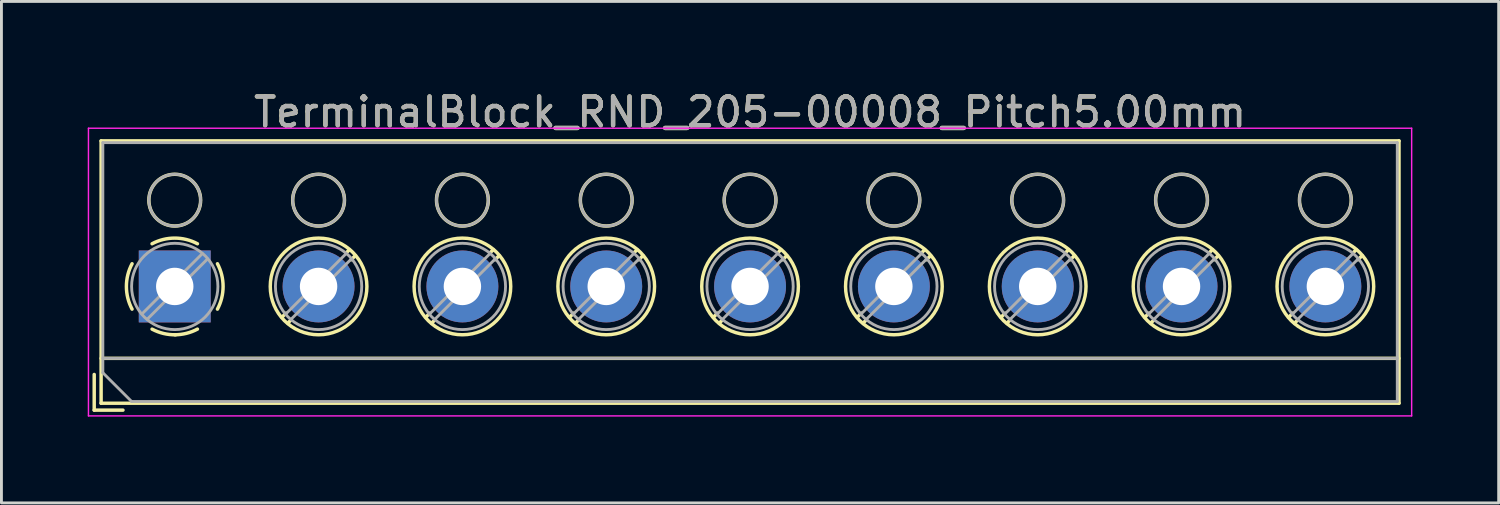
<source format=kicad_pcb>
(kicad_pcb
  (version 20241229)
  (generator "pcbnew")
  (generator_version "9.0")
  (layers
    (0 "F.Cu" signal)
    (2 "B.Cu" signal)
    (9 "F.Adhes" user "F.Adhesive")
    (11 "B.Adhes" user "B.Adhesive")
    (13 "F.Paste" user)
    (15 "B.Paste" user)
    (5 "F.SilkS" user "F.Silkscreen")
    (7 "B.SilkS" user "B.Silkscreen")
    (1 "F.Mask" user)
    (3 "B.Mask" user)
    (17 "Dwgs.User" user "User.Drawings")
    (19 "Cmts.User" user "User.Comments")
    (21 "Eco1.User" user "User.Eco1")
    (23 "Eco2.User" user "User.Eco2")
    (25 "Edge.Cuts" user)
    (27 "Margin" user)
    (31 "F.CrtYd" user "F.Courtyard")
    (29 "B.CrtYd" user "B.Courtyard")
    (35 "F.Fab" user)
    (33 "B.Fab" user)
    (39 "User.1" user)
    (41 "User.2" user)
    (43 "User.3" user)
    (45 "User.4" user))
  (footprint "TerminalBlock_RND_205-00008_Pitch5.00mm"
    (layer "F.Cu")
    (at 3.025 6.908)
    (property "Reference" "TerminalBlock_RND_205-00008_Pitch5.00mm" (at 20 -6.06 0) (layer "F.SilkS") (effects (font (size 1 1) (thickness 0.15))))
    (attr through_hole)
    (fp_line (start -2.8 3.06) (end -2.8 4.3) (stroke (width 0.12) (type solid)) (layer "F.SilkS"))
    (fp_line (start -2.8 4.3) (end -1.8 4.3) (stroke (width 0.12) (type solid)) (layer "F.SilkS"))
    (fp_line (start -2.56 -5.06) (end -2.56 4.06) (stroke (width 0.12) (type solid)) (layer "F.SilkS"))
    (fp_line (start -2.56 2.5) (end 42.56 2.5) (stroke (width 0.12) (type solid)) (layer "F.SilkS"))
    (fp_line (start -2.56 4.06) (end 42.56 4.06) (stroke (width 0.12) (type solid)) (layer "F.SilkS"))
    (fp_line (start 3.867 0.929) (end 3.726 1.069) (stroke (width 0.12) (type solid)) (layer "F.SilkS"))
    (fp_line (start 4.037 1.169) (end 3.931 1.274) (stroke (width 0.12) (type solid)) (layer "F.SilkS"))
    (fp_line (start 6.07 -1.275) (end 5.964 -1.169) (stroke (width 0.12) (type solid)) (layer "F.SilkS"))
    (fp_line (start 6.275 -1.069) (end 6.134 -0.929) (stroke (width 0.12) (type solid)) (layer "F.SilkS"))
    (fp_line (start 8.867 0.929) (end 8.726 1.069) (stroke (width 0.12) (type solid)) (layer "F.SilkS"))
    (fp_line (start 9.037 1.169) (end 8.931 1.274) (stroke (width 0.12) (type solid)) (layer "F.SilkS"))
    (fp_line (start 11.07 -1.275) (end 10.964 -1.169) (stroke (width 0.12) (type solid)) (layer "F.SilkS"))
    (fp_line (start 11.275 -1.069) (end 11.134 -0.929) (stroke (width 0.12) (type solid)) (layer "F.SilkS"))
    (fp_line (start 13.867 0.929) (end 13.726 1.069) (stroke (width 0.12) (type solid)) (layer "F.SilkS"))
    (fp_line (start 14.037 1.169) (end 13.931 1.274) (stroke (width 0.12) (type solid)) (layer "F.SilkS"))
    (fp_line (start 16.07 -1.275) (end 15.964 -1.169) (stroke (width 0.12) (type solid)) (layer "F.SilkS"))
    (fp_line (start 16.275 -1.069) (end 16.134 -0.929) (stroke (width 0.12) (type solid)) (layer "F.SilkS"))
    (fp_line (start 18.867 0.929) (end 18.726 1.069) (stroke (width 0.12) (type solid)) (layer "F.SilkS"))
    (fp_line (start 19.037 1.169) (end 18.931 1.274) (stroke (width 0.12) (type solid)) (layer "F.SilkS"))
    (fp_line (start 21.07 -1.275) (end 20.964 -1.169) (stroke (width 0.12) (type solid)) (layer "F.SilkS"))
    (fp_line (start 21.275 -1.069) (end 21.134 -0.929) (stroke (width 0.12) (type solid)) (layer "F.SilkS"))
    (fp_line (start 23.867 0.929) (end 23.726 1.069) (stroke (width 0.12) (type solid)) (layer "F.SilkS"))
    (fp_line (start 24.037 1.169) (end 23.931 1.274) (stroke (width 0.12) (type solid)) (layer "F.SilkS"))
    (fp_line (start 26.07 -1.275) (end 25.964 -1.169) (stroke (width 0.12) (type solid)) (layer "F.SilkS"))
    (fp_line (start 26.275 -1.069) (end 26.134 -0.929) (stroke (width 0.12) (type solid)) (layer "F.SilkS"))
    (fp_line (start 28.867 0.929) (end 28.726 1.069) (stroke (width 0.12) (type solid)) (layer "F.SilkS"))
    (fp_line (start 29.037 1.169) (end 28.931 1.274) (stroke (width 0.12) (type solid)) (layer "F.SilkS"))
    (fp_line (start 31.07 -1.275) (end 30.964 -1.169) (stroke (width 0.12) (type solid)) (layer "F.SilkS"))
    (fp_line (start 31.275 -1.069) (end 31.134 -0.929) (stroke (width 0.12) (type solid)) (layer "F.SilkS"))
    (fp_line (start 33.867 0.929) (end 33.726 1.069) (stroke (width 0.12) (type solid)) (layer "F.SilkS"))
    (fp_line (start 34.037 1.169) (end 33.931 1.274) (stroke (width 0.12) (type solid)) (layer "F.SilkS"))
    (fp_line (start 36.07 -1.275) (end 35.964 -1.169) (stroke (width 0.12) (type solid)) (layer "F.SilkS"))
    (fp_line (start 36.275 -1.069) (end 36.134 -0.929) (stroke (width 0.12) (type solid)) (layer "F.SilkS"))
    (fp_line (start 38.867 0.929) (end 38.726 1.069) (stroke (width 0.12) (type solid)) (layer "F.SilkS"))
    (fp_line (start 39.037 1.169) (end 38.931 1.274) (stroke (width 0.12) (type solid)) (layer "F.SilkS"))
    (fp_line (start 41.07 -1.275) (end 40.964 -1.169) (stroke (width 0.12) (type solid)) (layer "F.SilkS"))
    (fp_line (start 41.275 -1.069) (end 41.134 -0.929) (stroke (width 0.12) (type solid)) (layer "F.SilkS"))
    (fp_line (start 42.56 -5.06) (end -2.56 -5.06) (stroke (width 0.12) (type solid)) (layer "F.SilkS"))
    (fp_line (start 42.56 4.06) (end 42.56 -5.06) (stroke (width 0.12) (type solid)) (layer "F.SilkS"))
    (fp_arc (start -1.483953 0.789089) (mid -1.680708 0.00005) (end -1.484 -0.789) (stroke (width 0.12) (type solid)) (layer "F.SilkS"))
    (fp_arc (start -0.789089 -1.483953) (mid -0.00005 -1.680708) (end 0.789 -1.484) (stroke (width 0.12) (type solid)) (layer "F.SilkS"))
    (fp_arc (start 0.029383 1.68045) (mid -0.392304 1.634281) (end -0.789 1.484) (stroke (width 0.12) (type solid)) (layer "F.SilkS"))
    (fp_arc (start 0.788712 1.483352) (mid 0.406429 1.630097) (end 0 1.68) (stroke (width 0.12) (type solid)) (layer "F.SilkS"))
    (fp_arc (start 1.483953 -0.789089) (mid 1.680708 -0.00005) (end 1.484 0.789) (stroke (width 0.12) (type solid)) (layer "F.SilkS"))
    (fp_circle (center 0 -3) (end 0.9 -3) (stroke (width 0.12) (type solid)) (fill no) (layer "F.SilkS"))
    (fp_circle (center 5 -3) (end 5.9 -3) (stroke (width 0.12) (type solid)) (fill no) (layer "F.SilkS"))
    (fp_circle (center 5 0) (end 6.68 0) (stroke (width 0.12) (type solid)) (fill no) (layer "F.SilkS"))
    (fp_circle (center 10 -3) (end 10.9 -3) (stroke (width 0.12) (type solid)) (fill no) (layer "F.SilkS"))
    (fp_circle (center 10 0) (end 11.68 0) (stroke (width 0.12) (type solid)) (fill no) (layer "F.SilkS"))
    (fp_circle (center 15 -3) (end 15.9 -3) (stroke (width 0.12) (type solid)) (fill no) (layer "F.SilkS"))
    (fp_circle (center 15 0) (end 16.68 0) (stroke (width 0.12) (type solid)) (fill no) (layer "F.SilkS"))
    (fp_circle (center 20 -3) (end 20.9 -3) (stroke (width 0.12) (type solid)) (fill no) (layer "F.SilkS"))
    (fp_circle (center 20 0) (end 21.68 0) (stroke (width 0.12) (type solid)) (fill no) (layer "F.SilkS"))
    (fp_circle (center 25 -3) (end 25.9 -3) (stroke (width 0.12) (type solid)) (fill no) (layer "F.SilkS"))
    (fp_circle (center 25 0) (end 26.68 0) (stroke (width 0.12) (type solid)) (fill no) (layer "F.SilkS"))
    (fp_circle (center 30 -3) (end 30.9 -3) (stroke (width 0.12) (type solid)) (fill no) (layer "F.SilkS"))
    (fp_circle (center 30 0) (end 31.68 0) (stroke (width 0.12) (type solid)) (fill no) (layer "F.SilkS"))
    (fp_circle (center 35 -3) (end 35.9 -3) (stroke (width 0.12) (type solid)) (fill no) (layer "F.SilkS"))
    (fp_circle (center 35 0) (end 36.68 0) (stroke (width 0.12) (type solid)) (fill no) (layer "F.SilkS"))
    (fp_circle (center 40 -3) (end 40.9 -3) (stroke (width 0.12) (type solid)) (fill no) (layer "F.SilkS"))
    (fp_circle (center 40 0) (end 41.68 0) (stroke (width 0.12) (type solid)) (fill no) (layer "F.SilkS"))
    (fp_line (start -3 -5.5) (end -3 4.5) (stroke (width 0.05) (type solid)) (layer "F.CrtYd"))
    (fp_line (start -3 4.5) (end 43 4.5) (stroke (width 0.05) (type solid)) (layer "F.CrtYd"))
    (fp_line (start 43 -5.5) (end -3 -5.5) (stroke (width 0.05) (type solid)) (layer "F.CrtYd"))
    (fp_line (start 43 4.5) (end 43 -5.5) (stroke (width 0.05) (type solid)) (layer "F.CrtYd"))
    (fp_line (start -2.5 -5) (end 42.5 -5) (stroke (width 0.1) (type solid)) (layer "F.Fab"))
    (fp_line (start -2.5 2.5) (end 42.5 2.5) (stroke (width 0.1) (type solid)) (layer "F.Fab"))
    (fp_line (start -2.5 3) (end -2.5 -5) (stroke (width 0.1) (type solid)) (layer "F.Fab"))
    (fp_line (start -1.5 4) (end -2.5 3) (stroke (width 0.1) (type solid)) (layer "F.Fab"))
    (fp_line (start 0.955 -1.138) (end -1.138 0.955) (stroke (width 0.1) (type solid)) (layer "F.Fab"))
    (fp_line (start 1.138 -0.955) (end -0.955 1.138) (stroke (width 0.1) (type solid)) (layer "F.Fab"))
    (fp_line (start 5.955 -1.138) (end 3.863 0.955) (stroke (width 0.1) (type solid)) (layer "F.Fab"))
    (fp_line (start 6.138 -0.955) (end 4.046 1.138) (stroke (width 0.1) (type solid)) (layer "F.Fab"))
    (fp_line (start 10.955 -1.138) (end 8.863 0.955) (stroke (width 0.1) (type solid)) (layer "F.Fab"))
    (fp_line (start 11.138 -0.955) (end 9.046 1.138) (stroke (width 0.1) (type solid)) (layer "F.Fab"))
    (fp_line (start 15.955 -1.138) (end 13.863 0.955) (stroke (width 0.1) (type solid)) (layer "F.Fab"))
    (fp_line (start 16.138 -0.955) (end 14.046 1.138) (stroke (width 0.1) (type solid)) (layer "F.Fab"))
    (fp_line (start 20.955 -1.138) (end 18.863 0.955) (stroke (width 0.1) (type solid)) (layer "F.Fab"))
    (fp_line (start 21.138 -0.955) (end 19.046 1.138) (stroke (width 0.1) (type solid)) (layer "F.Fab"))
    (fp_line (start 25.955 -1.138) (end 23.863 0.955) (stroke (width 0.1) (type solid)) (layer "F.Fab"))
    (fp_line (start 26.138 -0.955) (end 24.046 1.138) (stroke (width 0.1) (type solid)) (layer "F.Fab"))
    (fp_line (start 30.955 -1.138) (end 28.863 0.955) (stroke (width 0.1) (type solid)) (layer "F.Fab"))
    (fp_line (start 31.138 -0.955) (end 29.046 1.138) (stroke (width 0.1) (type solid)) (layer "F.Fab"))
    (fp_line (start 35.955 -1.138) (end 33.863 0.955) (stroke (width 0.1) (type solid)) (layer "F.Fab"))
    (fp_line (start 36.138 -0.955) (end 34.046 1.138) (stroke (width 0.1) (type solid)) (layer "F.Fab"))
    (fp_line (start 40.955 -1.138) (end 38.863 0.955) (stroke (width 0.1) (type solid)) (layer "F.Fab"))
    (fp_line (start 41.138 -0.955) (end 39.046 1.138) (stroke (width 0.1) (type solid)) (layer "F.Fab"))
    (fp_line (start 42.5 -5) (end 42.5 4) (stroke (width 0.1) (type solid)) (layer "F.Fab"))
    (fp_line (start 42.5 4) (end -1.5 4) (stroke (width 0.1) (type solid)) (layer "F.Fab"))
    (fp_circle (center 0 -3) (end 0.9 -3) (stroke (width 0.1) (type solid)) (fill no) (layer "F.Fab"))
    (fp_circle (center 0 0) (end 1.5 0) (stroke (width 0.1) (type solid)) (fill no) (layer "F.Fab"))
    (fp_circle (center 5 -3) (end 5.9 -3) (stroke (width 0.1) (type solid)) (fill no) (layer "F.Fab"))
    (fp_circle (center 5 0) (end 6.5 0) (stroke (width 0.1) (type solid)) (fill no) (layer "F.Fab"))
    (fp_circle (center 10 -3) (end 10.9 -3) (stroke (width 0.1) (type solid)) (fill no) (layer "F.Fab"))
    (fp_circle (center 10 0) (end 11.5 0) (stroke (width 0.1) (type solid)) (fill no) (layer "F.Fab"))
    (fp_circle (center 15 -3) (end 15.9 -3) (stroke (width 0.1) (type solid)) (fill no) (layer "F.Fab"))
    (fp_circle (center 15 0) (end 16.5 0) (stroke (width 0.1) (type solid)) (fill no) (layer "F.Fab"))
    (fp_circle (center 20 -3) (end 20.9 -3) (stroke (width 0.1) (type solid)) (fill no) (layer "F.Fab"))
    (fp_circle (center 20 0) (end 21.5 0) (stroke (width 0.1) (type solid)) (fill no) (layer "F.Fab"))
    (fp_circle (center 25 -3) (end 25.9 -3) (stroke (width 0.1) (type solid)) (fill no) (layer "F.Fab"))
    (fp_circle (center 25 0) (end 26.5 0) (stroke (width 0.1) (type solid)) (fill no) (layer "F.Fab"))
    (fp_circle (center 30 -3) (end 30.9 -3) (stroke (width 0.1) (type solid)) (fill no) (layer "F.Fab"))
    (fp_circle (center 30 0) (end 31.5 0) (stroke (width 0.1) (type solid)) (fill no) (layer "F.Fab"))
    (fp_circle (center 35 -3) (end 35.9 -3) (stroke (width 0.1) (type solid)) (fill no) (layer "F.Fab"))
    (fp_circle (center 35 0) (end 36.5 0) (stroke (width 0.1) (type solid)) (fill no) (layer "F.Fab"))
    (fp_circle (center 40 -3) (end 40.9 -3) (stroke (width 0.1) (type solid)) (fill no) (layer "F.Fab"))
    (fp_circle (center 40 0) (end 41.5 0) (stroke (width 0.1) (type solid)) (fill no) (layer "F.Fab"))
    (fp_text user "${REFERENCE}" (at 20 -6.06 0) (layer "F.Fab") (effects (font (size 1 1) (thickness 0.15))))
    (pad "1" thru_hole rect (at 0 0) (size 2.5 2.5) (drill 1.3) (layers "*.Cu" "*.Mask"))
    (pad "2" thru_hole oval (at 5 0) (size 2.5 2.5) (drill 1.3) (layers "*.Cu" "*.Mask"))
    (pad "3" thru_hole oval (at 10 0) (size 2.5 2.5) (drill 1.3) (layers "*.Cu" "*.Mask"))
    (pad "4" thru_hole oval (at 15 0) (size 2.5 2.5) (drill 1.3) (layers "*.Cu" "*.Mask"))
    (pad "5" thru_hole oval (at 20 0) (size 2.5 2.5) (drill 1.3) (layers "*.Cu" "*.Mask"))
    (pad "6" thru_hole oval (at 25 0) (size 2.5 2.5) (drill 1.3) (layers "*.Cu" "*.Mask"))
    (pad "7" thru_hole oval (at 30 0) (size 2.5 2.5) (drill 1.3) (layers "*.Cu" "*.Mask"))
    (pad "8" thru_hole oval (at 35 0) (size 2.5 2.5) (drill 1.3) (layers "*.Cu" "*.Mask"))
    (pad "9" thru_hole oval (at 40 0) (size 2.5 2.5) (drill 1.3) (layers "*.Cu" "*.Mask")))
  (gr_rect
    (start -3 -3)
    (end 49.05 14.433)
    (stroke (width 0.1) (type default))
    (fill no)
    (layer "Edge.Cuts")))
</source>
